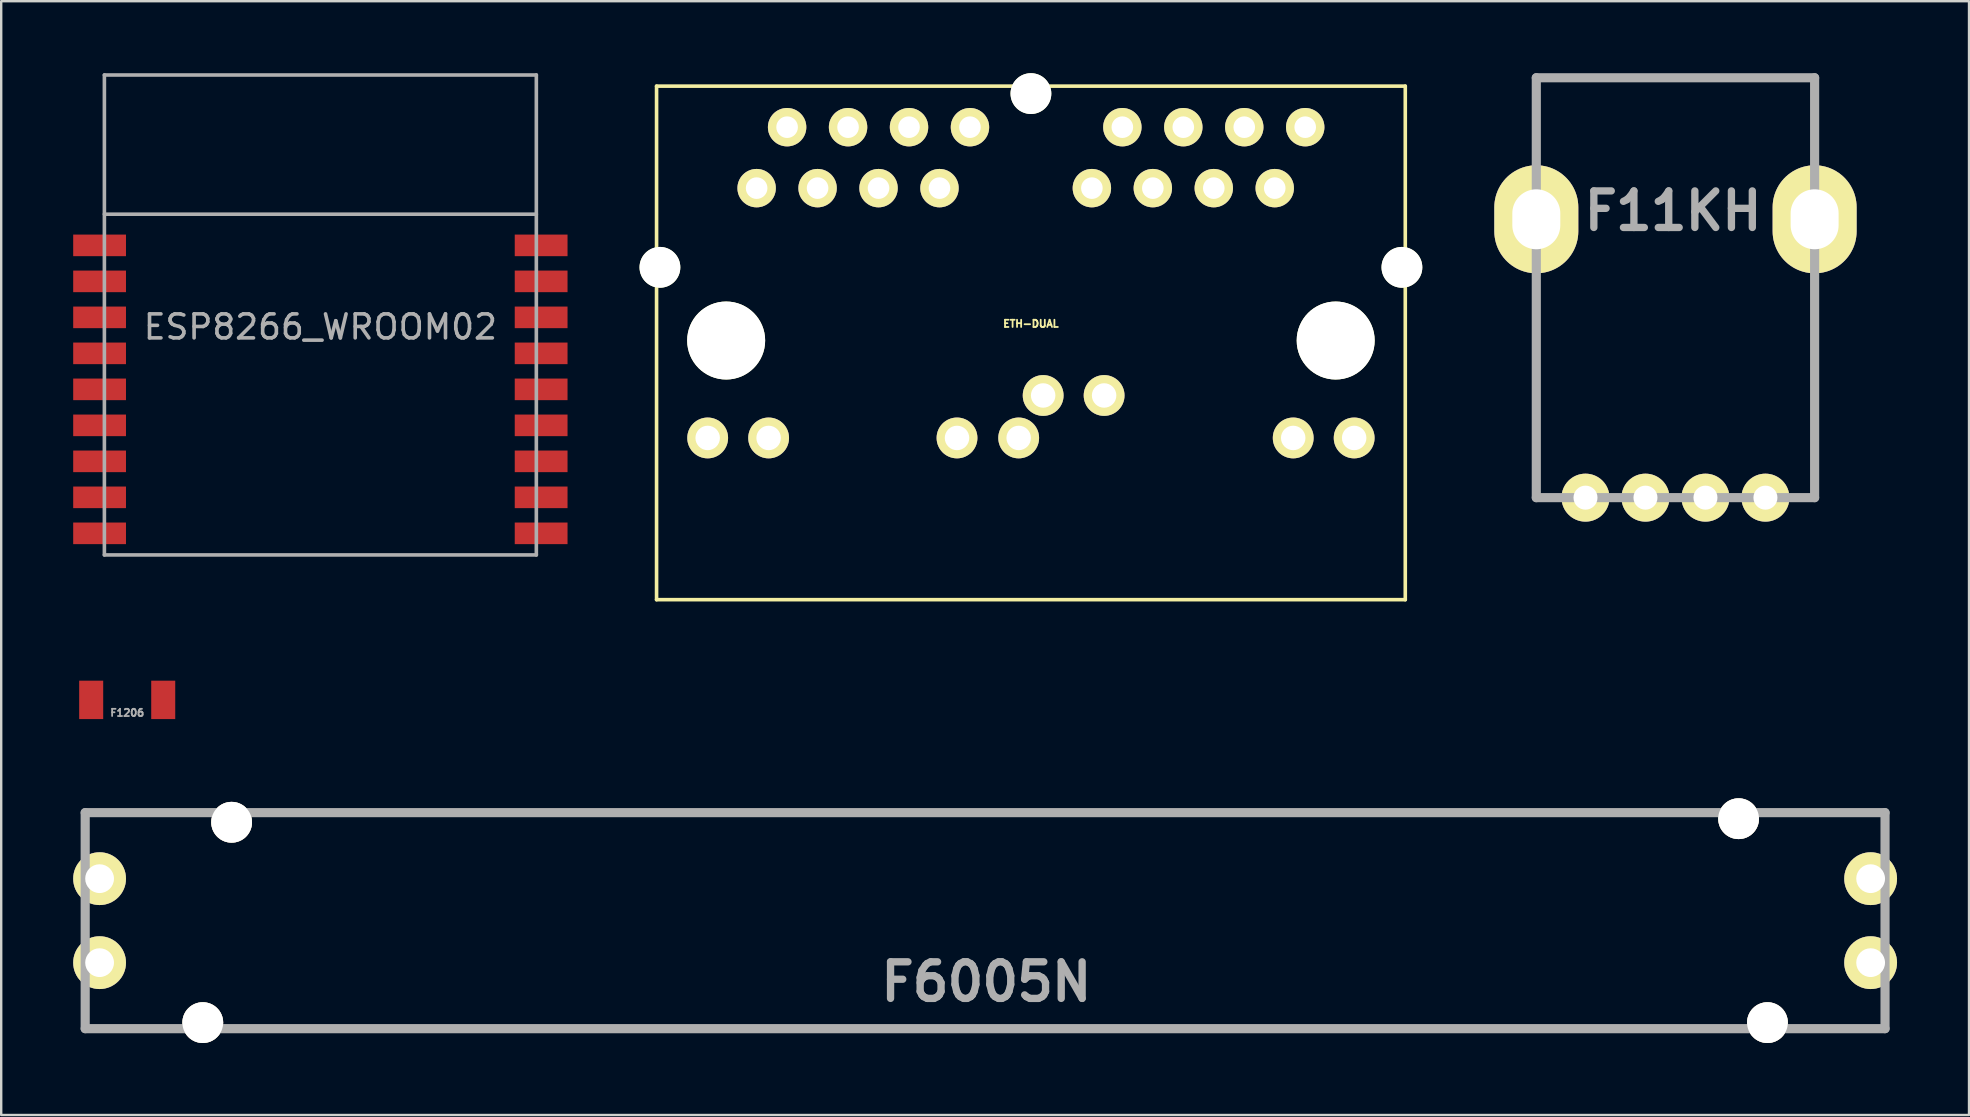
<source format=kicad_pcb>
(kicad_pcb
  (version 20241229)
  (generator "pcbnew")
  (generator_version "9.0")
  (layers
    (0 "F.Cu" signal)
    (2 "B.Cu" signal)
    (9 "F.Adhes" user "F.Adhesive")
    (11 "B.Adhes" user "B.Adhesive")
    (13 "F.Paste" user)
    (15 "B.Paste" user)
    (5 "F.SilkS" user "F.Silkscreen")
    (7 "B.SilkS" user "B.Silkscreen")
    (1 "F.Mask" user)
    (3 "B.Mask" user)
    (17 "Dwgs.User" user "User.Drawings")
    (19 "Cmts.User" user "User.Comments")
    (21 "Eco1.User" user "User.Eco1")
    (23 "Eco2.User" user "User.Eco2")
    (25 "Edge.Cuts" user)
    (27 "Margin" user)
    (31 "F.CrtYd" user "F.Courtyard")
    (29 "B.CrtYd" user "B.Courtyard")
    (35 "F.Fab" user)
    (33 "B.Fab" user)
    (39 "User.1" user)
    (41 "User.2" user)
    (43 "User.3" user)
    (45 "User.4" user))
  (footprint "ETH-DUAL"
    (layer "F.Cu")
    (at 39.91 11.14)
    (property "Reference" "ETH-DUAL" (at 0 -0.7 0) (layer "F.SilkS") (effects (font (size 0.3 0.3) (thickness 0.075))))
    (attr through_hole)
    (fp_line (start -15.6 -10.6) (end 15.6 -10.6) (stroke (width 0.15) (type solid)) (layer "F.SilkS"))
    (fp_line (start -15.6 10.8) (end -15.6 -10.6) (stroke (width 0.15) (type solid)) (layer "F.SilkS"))
    (fp_line (start 15.6 -10.6) (end 15.6 10.8) (stroke (width 0.15) (type solid)) (layer "F.SilkS"))
    (fp_line (start 15.6 10.8) (end -15.6 10.8) (stroke (width 0.15) (type solid)) (layer "F.SilkS"))
    (pad "" np_thru_hole circle (at -15.46 -3.05) (size 1.7 1.7) (drill 1.7) (layers "*.Cu" "*.Mask" "F.SilkS"))
    (pad "" np_thru_hole circle (at -12.7 0) (size 3.25 3.25) (drill 3.25) (layers "*.Cu" "*.Mask" "F.SilkS"))
    (pad "" np_thru_hole circle (at 0 -10.29) (size 1.7 1.7) (drill 1.7) (layers "*.Cu" "*.Mask" "F.SilkS"))
    (pad "" np_thru_hole circle (at 12.7 0) (size 3.25 3.25) (drill 3.25) (layers "*.Cu" "*.Mask" "F.SilkS"))
    (pad "" np_thru_hole circle (at 15.46 -3.05) (size 1.7 1.7) (drill 1.7) (layers "*.Cu" "*.Mask" "F.SilkS"))
    (pad "A1" thru_hole circle (at -11.43 -6.35) (size 1.6 1.6) (drill 0.9) (layers "*.Cu" "*.Mask" "F.SilkS"))
    (pad "A2" thru_hole circle (at -10.16 -8.89) (size 1.6 1.6) (drill 0.9) (layers "*.Cu" "*.Mask" "F.SilkS"))
    (pad "A3" thru_hole circle (at -8.89 -6.35) (size 1.6 1.6) (drill 0.9) (layers "*.Cu" "*.Mask" "F.SilkS"))
    (pad "A4" thru_hole circle (at -7.62 -8.89) (size 1.6 1.6) (drill 0.9) (layers "*.Cu" "*.Mask" "F.SilkS"))
    (pad "A5" thru_hole circle (at -6.35 -6.35) (size 1.6 1.6) (drill 0.9) (layers "*.Cu" "*.Mask" "F.SilkS"))
    (pad "A6" thru_hole circle (at -5.08 -8.89) (size 1.6 1.6) (drill 0.9) (layers "*.Cu" "*.Mask" "F.SilkS"))
    (pad "A7" thru_hole circle (at -3.81 -6.35) (size 1.6 1.6) (drill 0.9) (layers "*.Cu" "*.Mask" "F.SilkS"))
    (pad "A8" thru_hole circle (at -2.54 -8.89) (size 1.6 1.6) (drill 0.9) (layers "*.Cu" "*.Mask" "F.SilkS"))
    (pad "A9" thru_hole circle (at -13.47 4.06) (size 1.7 1.7) (drill 1.02) (layers "*.Cu" "*.Mask" "F.SilkS"))
    (pad "A10" thru_hole circle (at -10.93 4.06) (size 1.7 1.7) (drill 1.02) (layers "*.Cu" "*.Mask" "F.SilkS"))
    (pad "A11" thru_hole circle (at -3.08 4.06) (size 1.7 1.7) (drill 1.02) (layers "*.Cu" "*.Mask" "F.SilkS"))
    (pad "A12" thru_hole circle (at -0.51 4.06) (size 1.7 1.7) (drill 1.02) (layers "*.Cu" "*.Mask" "F.SilkS"))
    (pad "B1" thru_hole circle (at 2.54 -6.35) (size 1.6 1.6) (drill 0.9) (layers "*.Cu" "*.Mask" "F.SilkS"))
    (pad "B2" thru_hole circle (at 3.81 -8.89) (size 1.6 1.6) (drill 0.9) (layers "*.Cu" "*.Mask" "F.SilkS"))
    (pad "B3" thru_hole circle (at 5.08 -6.35) (size 1.6 1.6) (drill 0.9) (layers "*.Cu" "*.Mask" "F.SilkS"))
    (pad "B4" thru_hole circle (at 6.35 -8.89) (size 1.6 1.6) (drill 0.9) (layers "*.Cu" "*.Mask" "F.SilkS"))
    (pad "B5" thru_hole circle (at 7.62 -6.35) (size 1.6 1.6) (drill 0.9) (layers "*.Cu" "*.Mask" "F.SilkS"))
    (pad "B6" thru_hole circle (at 8.89 -8.89) (size 1.6 1.6) (drill 0.9) (layers "*.Cu" "*.Mask" "F.SilkS"))
    (pad "B7" thru_hole circle (at 10.16 -6.35) (size 1.6 1.6) (drill 0.9) (layers "*.Cu" "*.Mask" "F.SilkS"))
    (pad "B8" thru_hole circle (at 11.43 -8.89) (size 1.6 1.6) (drill 0.9) (layers "*.Cu" "*.Mask" "F.SilkS"))
    (pad "B9" thru_hole circle (at 0.51 2.29) (size 1.7 1.7) (drill 1.02) (layers "*.Cu" "*.Mask" "F.SilkS"))
    (pad "B10" thru_hole circle (at 3.05 2.29) (size 1.7 1.7) (drill 1.02) (layers "*.Cu" "*.Mask" "F.SilkS"))
    (pad "B11" thru_hole circle (at 10.93 4.06) (size 1.7 1.7) (drill 1.02) (layers "*.Cu" "*.Mask" "F.SilkS"))
    (pad "B12" thru_hole circle (at 13.47 4.06) (size 1.7 1.7) (drill 1.02) (layers "*.Cu" "*.Mask" "F.SilkS")))
  (footprint "F1206"
    (layer "F.Cu")
    (at 2.251 26.115)
    (property "Reference" "F1206" (at 0 0.537 0) (layer "F.Fab") (effects (font (size 0.3 0.3) (thickness 0.075))))
    (attr smd)
    (fp_line (start -2.25 -1.1) (end -2.25 1.1) (stroke (width 0.001) (type solid)) (layer "F.Fab"))
    (fp_line (start -2.25 1.1) (end 2.25 1.1) (stroke (width 0.001) (type solid)) (layer "F.Fab"))
    (fp_line (start 2.25 -1.1) (end -2.25 -1.1) (stroke (width 0.001) (type solid)) (layer "F.Fab"))
    (fp_line (start 2.25 1.1) (end 2.25 -1.1) (stroke (width 0.001) (type solid)) (layer "F.Fab"))
    (pad "1" smd rect (at -1.501 0) (size 1.001 1.6) (layers "F.Cu" "F.Mask" "F.Paste"))
    (pad "2" smd rect (at 1.501 0) (size 1.001 1.6) (layers "F.Cu" "F.Mask" "F.Paste")))
  (footprint "F11KH"
    (layer "F.Cu")
    (at 66.769 12.189)
    (property "Reference" "F11KH" (at -0.099 -6.449 0) (layer "F.Fab") (effects (font (size 1.524 1.524) (thickness 0.305))))
    (attr through_hole)
    (fp_line (start -5.799 -11.999) (end -5.799 5.499) (stroke (width 0.381) (type solid)) (layer "F.Fab"))
    (fp_line (start -5.799 5.499) (end 5.799 5.499) (stroke (width 0.381) (type solid)) (layer "F.Fab"))
    (fp_line (start 5.799 -11.999) (end -5.799 -11.999) (stroke (width 0.381) (type solid)) (layer "F.Fab"))
    (fp_line (start 5.799 5.499) (end 5.799 -11.999) (stroke (width 0.381) (type solid)) (layer "F.Fab"))
    (pad "" thru_hole oval (at -5.799 -6.101) (size 3.5 4.501) (drill oval 1.999 2.499) (layers "*.Cu" "*.Mask" "F.SilkS"))
    (pad "" thru_hole circle (at 3.749 5.499) (size 1.999 1.999) (drill 1.001) (layers "*.Cu" "*.Mask" "F.SilkS"))
    (pad "" thru_hole oval (at 5.799 -6.101) (size 3.5 4.501) (drill oval 1.999 2.499) (layers "*.Cu" "*.Mask" "F.SilkS"))
    (pad "1" thru_hole circle (at -3.749 5.499) (size 1.999 1.999) (drill 1.001) (layers "*.Cu" "*.Mask" "F.SilkS"))
    (pad "2" thru_hole circle (at -1.25 5.499) (size 1.999 1.999) (drill 1.001) (layers "*.Cu" "*.Mask" "F.SilkS"))
    (pad "3" thru_hole circle (at 1.25 5.499) (size 1.999 1.999) (drill 1.001) (layers "*.Cu" "*.Mask" "F.SilkS")))
  (footprint "ESP8266_WROOM02"
    (layer "F.Cu")
    (at 10.3 10.075)
    (property "Reference" "ESP8266_WROOM02" (at 0 0.5 0) (layer "F.Fab") (effects (font (size 1 1) (thickness 0.15))))
    (attr through_hole)
    (fp_line (start -9 -10) (end -9 10) (stroke (width 0.15) (type solid)) (layer "F.Fab"))
    (fp_line (start -9 10) (end 9 10) (stroke (width 0.15) (type solid)) (layer "F.Fab"))
    (fp_line (start 9 -10) (end -9 -10) (stroke (width 0.15) (type solid)) (layer "F.Fab"))
    (fp_line (start 9 -4.2) (end -9 -4.2) (stroke (width 0.15) (type solid)) (layer "F.Fab"))
    (fp_line (start 9 10) (end 9 -10) (stroke (width 0.15) (type solid)) (layer "F.Fab"))
    (pad "1" smd rect (at -9.2 -2.9) (size 2.2 0.9) (layers "F.Cu" "F.Mask" "F.Paste"))
    (pad "2" smd rect (at -9.2 -1.4) (size 2.2 0.9) (layers "F.Cu" "F.Mask" "F.Paste"))
    (pad "3" smd rect (at -9.2 0.1) (size 2.2 0.9) (layers "F.Cu" "F.Mask" "F.Paste"))
    (pad "4" smd rect (at -9.2 1.6) (size 2.2 0.9) (layers "F.Cu" "F.Mask" "F.Paste"))
    (pad "5" smd rect (at -9.2 3.1) (size 2.2 0.9) (layers "F.Cu" "F.Mask" "F.Paste"))
    (pad "6" smd rect (at -9.2 4.6) (size 2.2 0.9) (layers "F.Cu" "F.Mask" "F.Paste"))
    (pad "7" smd rect (at -9.2 6.1) (size 2.2 0.9) (layers "F.Cu" "F.Mask" "F.Paste"))
    (pad "8" smd rect (at -9.2 7.6) (size 2.2 0.9) (layers "F.Cu" "F.Mask" "F.Paste"))
    (pad "9" smd rect (at -9.2 9.1) (size 2.2 0.9) (layers "F.Cu" "F.Mask" "F.Paste"))
    (pad "10" smd rect (at 9.2 9.1) (size 2.2 0.9) (layers "F.Cu" "F.Mask" "F.Paste"))
    (pad "11" smd rect (at 9.2 7.6) (size 2.2 0.9) (layers "F.Cu" "F.Mask" "F.Paste"))
    (pad "12" smd rect (at 9.2 6.1) (size 2.2 0.9) (layers "F.Cu" "F.Mask" "F.Paste"))
    (pad "13" smd rect (at 9.2 4.6) (size 2.2 0.9) (layers "F.Cu" "F.Mask" "F.Paste"))
    (pad "14" smd rect (at 9.2 3.1) (size 2.2 0.9) (layers "F.Cu" "F.Mask" "F.Paste"))
    (pad "15" smd rect (at 9.2 1.6) (size 2.2 0.9) (layers "F.Cu" "F.Mask" "F.Paste"))
    (pad "16" smd rect (at 9.2 0.1) (size 2.2 0.9) (layers "F.Cu" "F.Mask" "F.Paste"))
    (pad "17" smd rect (at 9.2 -1.4) (size 2.2 0.9) (layers "F.Cu" "F.Mask" "F.Paste"))
    (pad "18" smd rect (at 9.2 -2.9) (size 2.2 0.9) (layers "F.Cu" "F.Mask" "F.Paste")))
  (footprint "F6005N"
    (layer "F.Cu")
    (at 38.001 35.315)
    (property "Reference" "F6005N" (at 0.051 2.55 0) (layer "F.Fab") (effects (font (size 1.524 1.524) (thickness 0.305))))
    (attr through_hole)
    (fp_line (start -37.501 -4.501) (end 37.501 -4.501) (stroke (width 0.381) (type solid)) (layer "F.Fab"))
    (fp_line (start -37.501 4.501) (end -37.501 -4.501) (stroke (width 0.381) (type solid)) (layer "F.Fab"))
    (fp_line (start 37.501 -4.501) (end 37.501 4.501) (stroke (width 0.381) (type solid)) (layer "F.Fab"))
    (fp_line (start 37.501 4.501) (end -37.501 4.501) (stroke (width 0.381) (type solid)) (layer "F.Fab"))
    (pad "" thru_hole circle (at -32.601 4.249) (size 1.699 1.699) (drill 1.699) (layers "*.Cu" "*.Mask" "F.SilkS"))
    (pad "" thru_hole circle (at -31.399 -4.1) (size 1.699 1.699) (drill 1.699) (layers "*.Cu" "*.Mask" "F.SilkS"))
    (pad "" thru_hole circle (at 31.399 -4.249) (size 1.699 1.699) (drill 1.699) (layers "*.Cu" "*.Mask" "F.SilkS"))
    (pad "" thru_hole circle (at 32.601 4.249) (size 1.699 1.699) (drill 1.699) (layers "*.Cu" "*.Mask" "F.SilkS"))
    (pad "" thru_hole circle (at 36.901 1.75) (size 2.2 2.2) (drill 1.199) (layers "*.Cu" "*.Mask" "F.SilkS"))
    (pad "1" thru_hole circle (at -36.901 -1.75) (size 2.2 2.2) (drill 1.199) (layers "*.Cu" "*.Mask" "F.SilkS"))
    (pad "2" thru_hole circle (at -36.901 1.75) (size 2.2 2.2) (drill 1.199) (layers "*.Cu" "*.Mask" "F.SilkS"))
    (pad "3" thru_hole circle (at 36.901 -1.75) (size 2.2 2.2) (drill 1.199) (layers "*.Cu" "*.Mask" "F.SilkS")))
  (gr_rect
    (start -3 -3)
    (end 79.002 43.414)
    (stroke (width 0.1) (type default))
    (fill no)
    (layer "Edge.Cuts")))
</source>
